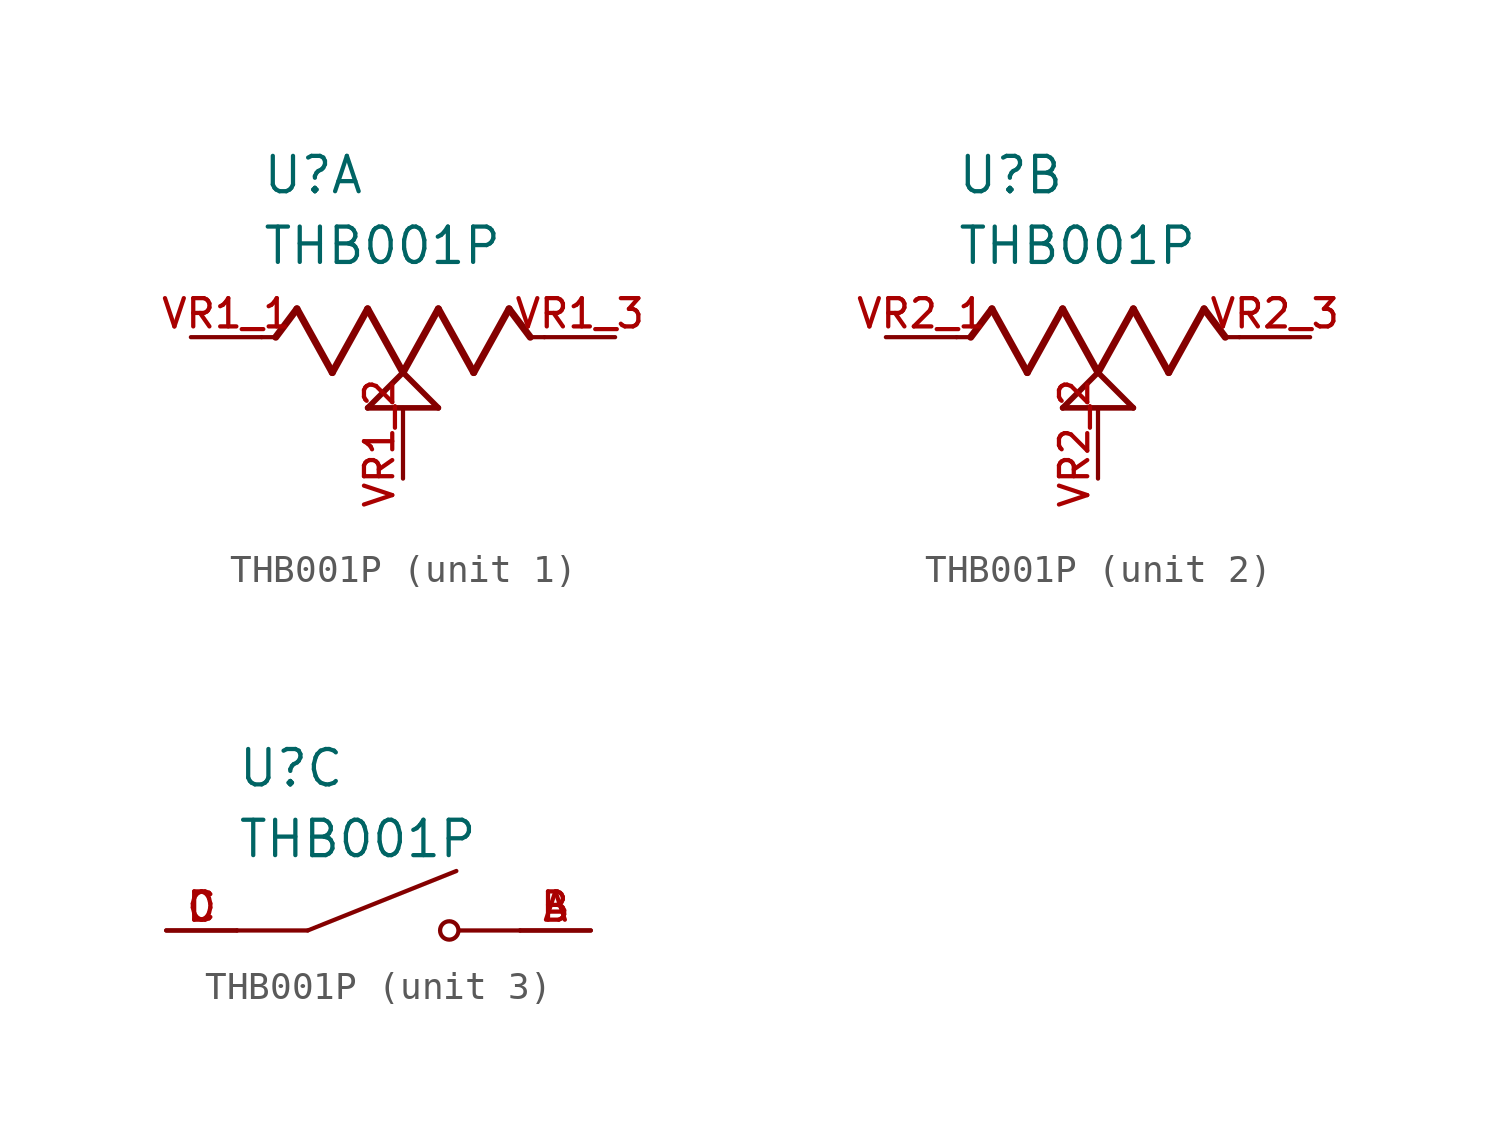
<source format=kicad_sym>
(kicad_symbol_lib
  (version 20211014)
  (generator kicad_symbol_editor)
  (symbol "THB001P"
    (pin_names
      (offset 1.016))
    (property "Reference" "U"
      (at -5.08 5.08 0)
      (effects (font (size 1.27 1.27)) (justify bottom left)))
    (property "Value" "THB001P"
      (at -5.08 2.54 0)
      (effects (font (size 1.27 1.27)) (justify bottom left)))
    (symbol "THB001P_1_0"
      (polyline (pts (xy -5.08 0.0) (xy -4.572 0.0)) (stroke (width 0.152)))
      (polyline (pts (xy -4.572 0.0) (xy -3.81 1.016)) (stroke (width 0.254)))
      (polyline (pts (xy -3.81 1.016) (xy -2.54 -1.27)) (stroke (width 0.254)))
      (polyline (pts (xy -2.54 -1.27) (xy -1.27 1.016)) (stroke (width 0.254)))
      (polyline (pts (xy -1.27 1.016) (xy 0.0 -1.27)) (stroke (width 0.254)))
      (polyline (pts (xy 0.0 -1.27) (xy 1.27 1.016)) (stroke (width 0.254)))
      (polyline (pts (xy 1.27 1.016) (xy 2.54 -1.27)) (stroke (width 0.254)))
      (polyline (pts (xy 2.54 -1.27) (xy 3.81 1.016)) (stroke (width 0.254)))
      (polyline (pts (xy 3.81 1.016) (xy 4.572 0.0)) (stroke (width 0.254)))
      (polyline (pts (xy 4.572 0.0) (xy 5.08 0.0)) (stroke (width 0.152)))
      (polyline (pts (xy 0.0 -1.27) (xy 1.27 -2.54)) (stroke (width 0.203)))
      (polyline (pts (xy -1.27 -2.54) (xy 0.0 -1.27)) (stroke (width 0.203)))
      (polyline (pts (xy 1.27 -2.54) (xy -1.27 -2.54)) (stroke (width 0.203)))
      (pin passive line (at -7.62 0.0 0) (length 2.54) (name "~" (effects (font (size 1.016 1.016)))) (number "VR1_1" (effects (font (size 1.016 1.016)))))
      (pin passive line (at 7.62 0.0 180.0) (length 2.54) (name "~" (effects (font (size 1.016 1.016)))) (number "VR1_3" (effects (font (size 1.016 1.016)))))
      (pin passive line (at 0.0 -5.08 90.0) (length 2.54) (name "~" (effects (font (size 1.016 1.016)))) (number "VR1_2" (effects (font (size 1.016 1.016))))))
    (symbol "THB001P_2_0"
      (polyline (pts (xy -5.08 0.0) (xy -4.572 0.0)) (stroke (width 0.152)))
      (polyline (pts (xy -4.572 0.0) (xy -3.81 1.016)) (stroke (width 0.254)))
      (polyline (pts (xy -3.81 1.016) (xy -2.54 -1.27)) (stroke (width 0.254)))
      (polyline (pts (xy -2.54 -1.27) (xy -1.27 1.016)) (stroke (width 0.254)))
      (polyline (pts (xy -1.27 1.016) (xy 0.0 -1.27)) (stroke (width 0.254)))
      (polyline (pts (xy 0.0 -1.27) (xy 1.27 1.016)) (stroke (width 0.254)))
      (polyline (pts (xy 1.27 1.016) (xy 2.54 -1.27)) (stroke (width 0.254)))
      (polyline (pts (xy 2.54 -1.27) (xy 3.81 1.016)) (stroke (width 0.254)))
      (polyline (pts (xy 3.81 1.016) (xy 4.572 0.0)) (stroke (width 0.254)))
      (polyline (pts (xy 4.572 0.0) (xy 5.08 0.0)) (stroke (width 0.152)))
      (polyline (pts (xy 0.0 -1.27) (xy 1.27 -2.54)) (stroke (width 0.203)))
      (polyline (pts (xy -1.27 -2.54) (xy 0.0 -1.27)) (stroke (width 0.203)))
      (polyline (pts (xy 1.27 -2.54) (xy -1.27 -2.54)) (stroke (width 0.203)))
      (pin passive line (at -7.62 0.0 0) (length 2.54) (name "~" (effects (font (size 1.016 1.016)))) (number "VR2_1" (effects (font (size 1.016 1.016)))))
      (pin passive line (at 7.62 0.0 180.0) (length 2.54) (name "~" (effects (font (size 1.016 1.016)))) (number "VR2_3" (effects (font (size 1.016 1.016)))))
      (pin passive line (at 0.0 -5.08 90.0) (length 2.54) (name "~" (effects (font (size 1.016 1.016)))) (number "VR2_2" (effects (font (size 1.016 1.016))))))
    (symbol "THB001P_3_0"
      (polyline (pts (xy -2.54 0.0) (xy 2.794 2.134)) (stroke (width 0.152)))
      (circle (center 2.54 0.0) (radius 0.33) (stroke (width 0.152)) (fill (type none)))
      (polyline (pts (xy 5.08 0.0) (xy 2.921 0.0)) (stroke (width 0.152)))
      (polyline (pts (xy -2.54 0.0) (xy -5.08 0.0)) (stroke (width 0.152)))
      (pin passive line (at -7.62 0.0 0) (length 2.54) (name "~" (effects (font (size 1.016 1.016)))) (number "C" (effects (font (size 1.016 1.016)))))
      (pin passive line (at -7.62 0.0 0) (length 2.54) (name "~" (effects (font (size 1.016 1.016)))) (number "D" (effects (font (size 1.016 1.016)))))
      (pin passive line (at 7.62 0.0 180.0) (length 2.54) (name "~" (effects (font (size 1.016 1.016)))) (number "A" (effects (font (size 1.016 1.016)))))
      (pin passive line (at 7.62 0.0 180.0) (length 2.54) (name "~" (effects (font (size 1.016 1.016)))) (number "B" (effects (font (size 1.016 1.016))))))))
</source>
